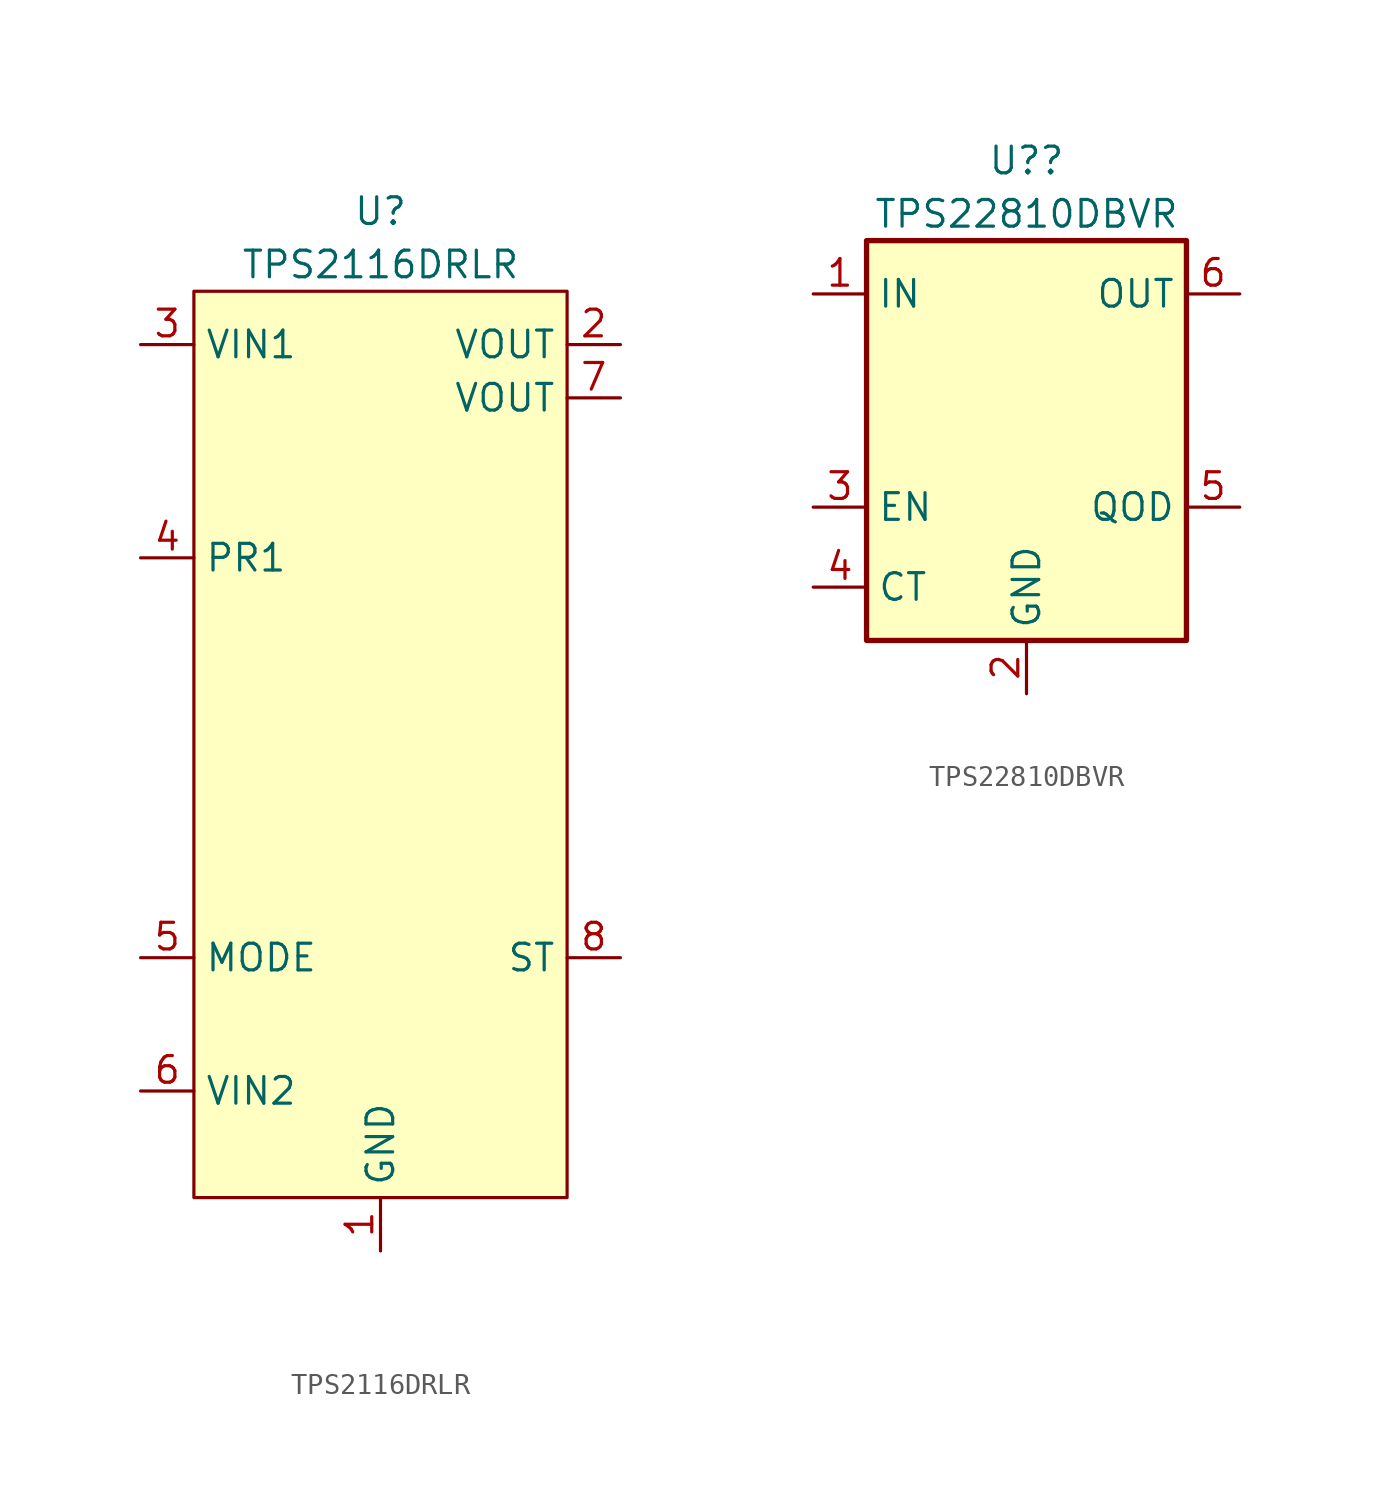
<source format=kicad_sym>
(kicad_symbol_lib
  (version 20220914)
  (generator kicad_symbol_editor)
  (symbol "TPS2116DRLR"
    (property "Reference" "U"
      (at 0 20.32 0)
      (effects (font (size 1.27 1.27))))
    (property "Value" "TPS2116DRLR"
      (at 0 17.78 0)
      (effects (font (size 1.27 1.27))))
    (symbol "TPS2116DRLR_0_0"
      (pin power_in line (at 0 -29.21 90) (length 2.54) (name "GND" (effects (font (size 1.27 1.27)))) (number "1" (effects (font (size 1.27 1.27)))))
      (pin power_out line (at 11.43 13.97 180) (length 2.54) (name "VOUT" (effects (font (size 1.27 1.27)))) (number "2" (effects (font (size 1.27 1.27)))))
      (pin power_in line (at -11.43 13.97 0) (length 2.54) (name "VIN1" (effects (font (size 1.27 1.27)))) (number "3" (effects (font (size 1.27 1.27)))))
      (pin input line (at -11.43 3.81 0) (length 2.54) (name "PR1" (effects (font (size 1.27 1.27)))) (number "4" (effects (font (size 1.27 1.27)))))
      (pin input line (at -11.43 -15.24 0) (length 2.54) (name "MODE" (effects (font (size 1.27 1.27)))) (number "5" (effects (font (size 1.27 1.27)))))
      (pin power_in line (at -11.43 -21.59 0) (length 2.54) (name "VIN2" (effects (font (size 1.27 1.27)))) (number "6" (effects (font (size 1.27 1.27)))))
      (pin open_collector line (at 11.43 -15.24 180) (length 2.54) (name "ST" (effects (font (size 1.27 1.27)))) (number "8" (effects (font (size 1.27 1.27))))))
    (symbol "TPS2116DRLR_1_0"
      (pin passive line (at 11.43 11.43 180) (length 2.54) (name "VOUT" (effects (font (size 1.27 1.27)))) (number "7" (effects (font (size 1.27 1.27))))))
    (symbol "TPS2116DRLR_1_1"
      (rectangle (start -8.89 16.51) (end 8.89 -26.67) (stroke (width 0) (type default)) (fill (type background)))))
  (symbol "TPS22810DBVR"
    (property "Reference" "U?"
      (at 0 12.7 0)
      (effects (font (size 1.27 1.27))))
    (property "Value" "TPS22810DBVR"
      (at 0 10.16 0)
      (effects (font (size 1.27 1.27))))
    (symbol "TPS22810DBVR_1_1"
      (rectangle (start -7.62 8.89) (end 7.62 -10.16) (stroke (width 0.254) (type default)) (fill (type background)))
      (pin power_in line (at -10.16 6.35 0) (length 2.54) (name "IN" (effects (font (size 1.27 1.27)))) (number "1" (effects (font (size 1.27 1.27)))))
      (pin power_in line (at 0 -12.7 90) (length 2.54) (name "GND" (effects (font (size 1.27 1.27)))) (number "2" (effects (font (size 1.27 1.27)))))
      (pin input line (at -10.16 -3.81 0) (length 2.54) (name "EN" (effects (font (size 1.27 1.27)))) (number "3" (effects (font (size 1.27 1.27)))))
      (pin output line (at -10.16 -7.62 0) (length 2.54) (name "CT" (effects (font (size 1.27 1.27)))) (number "4" (effects (font (size 1.27 1.27)))))
      (pin open_collector line (at 10.16 -3.81 180) (length 2.54) (name "QOD" (effects (font (size 1.27 1.27)))) (number "5" (effects (font (size 1.27 1.27)))))
      (pin power_out line (at 10.16 6.35 180) (length 2.54) (name "OUT" (effects (font (size 1.27 1.27)))) (number "6" (effects (font (size 1.27 1.27))))))))
</source>
